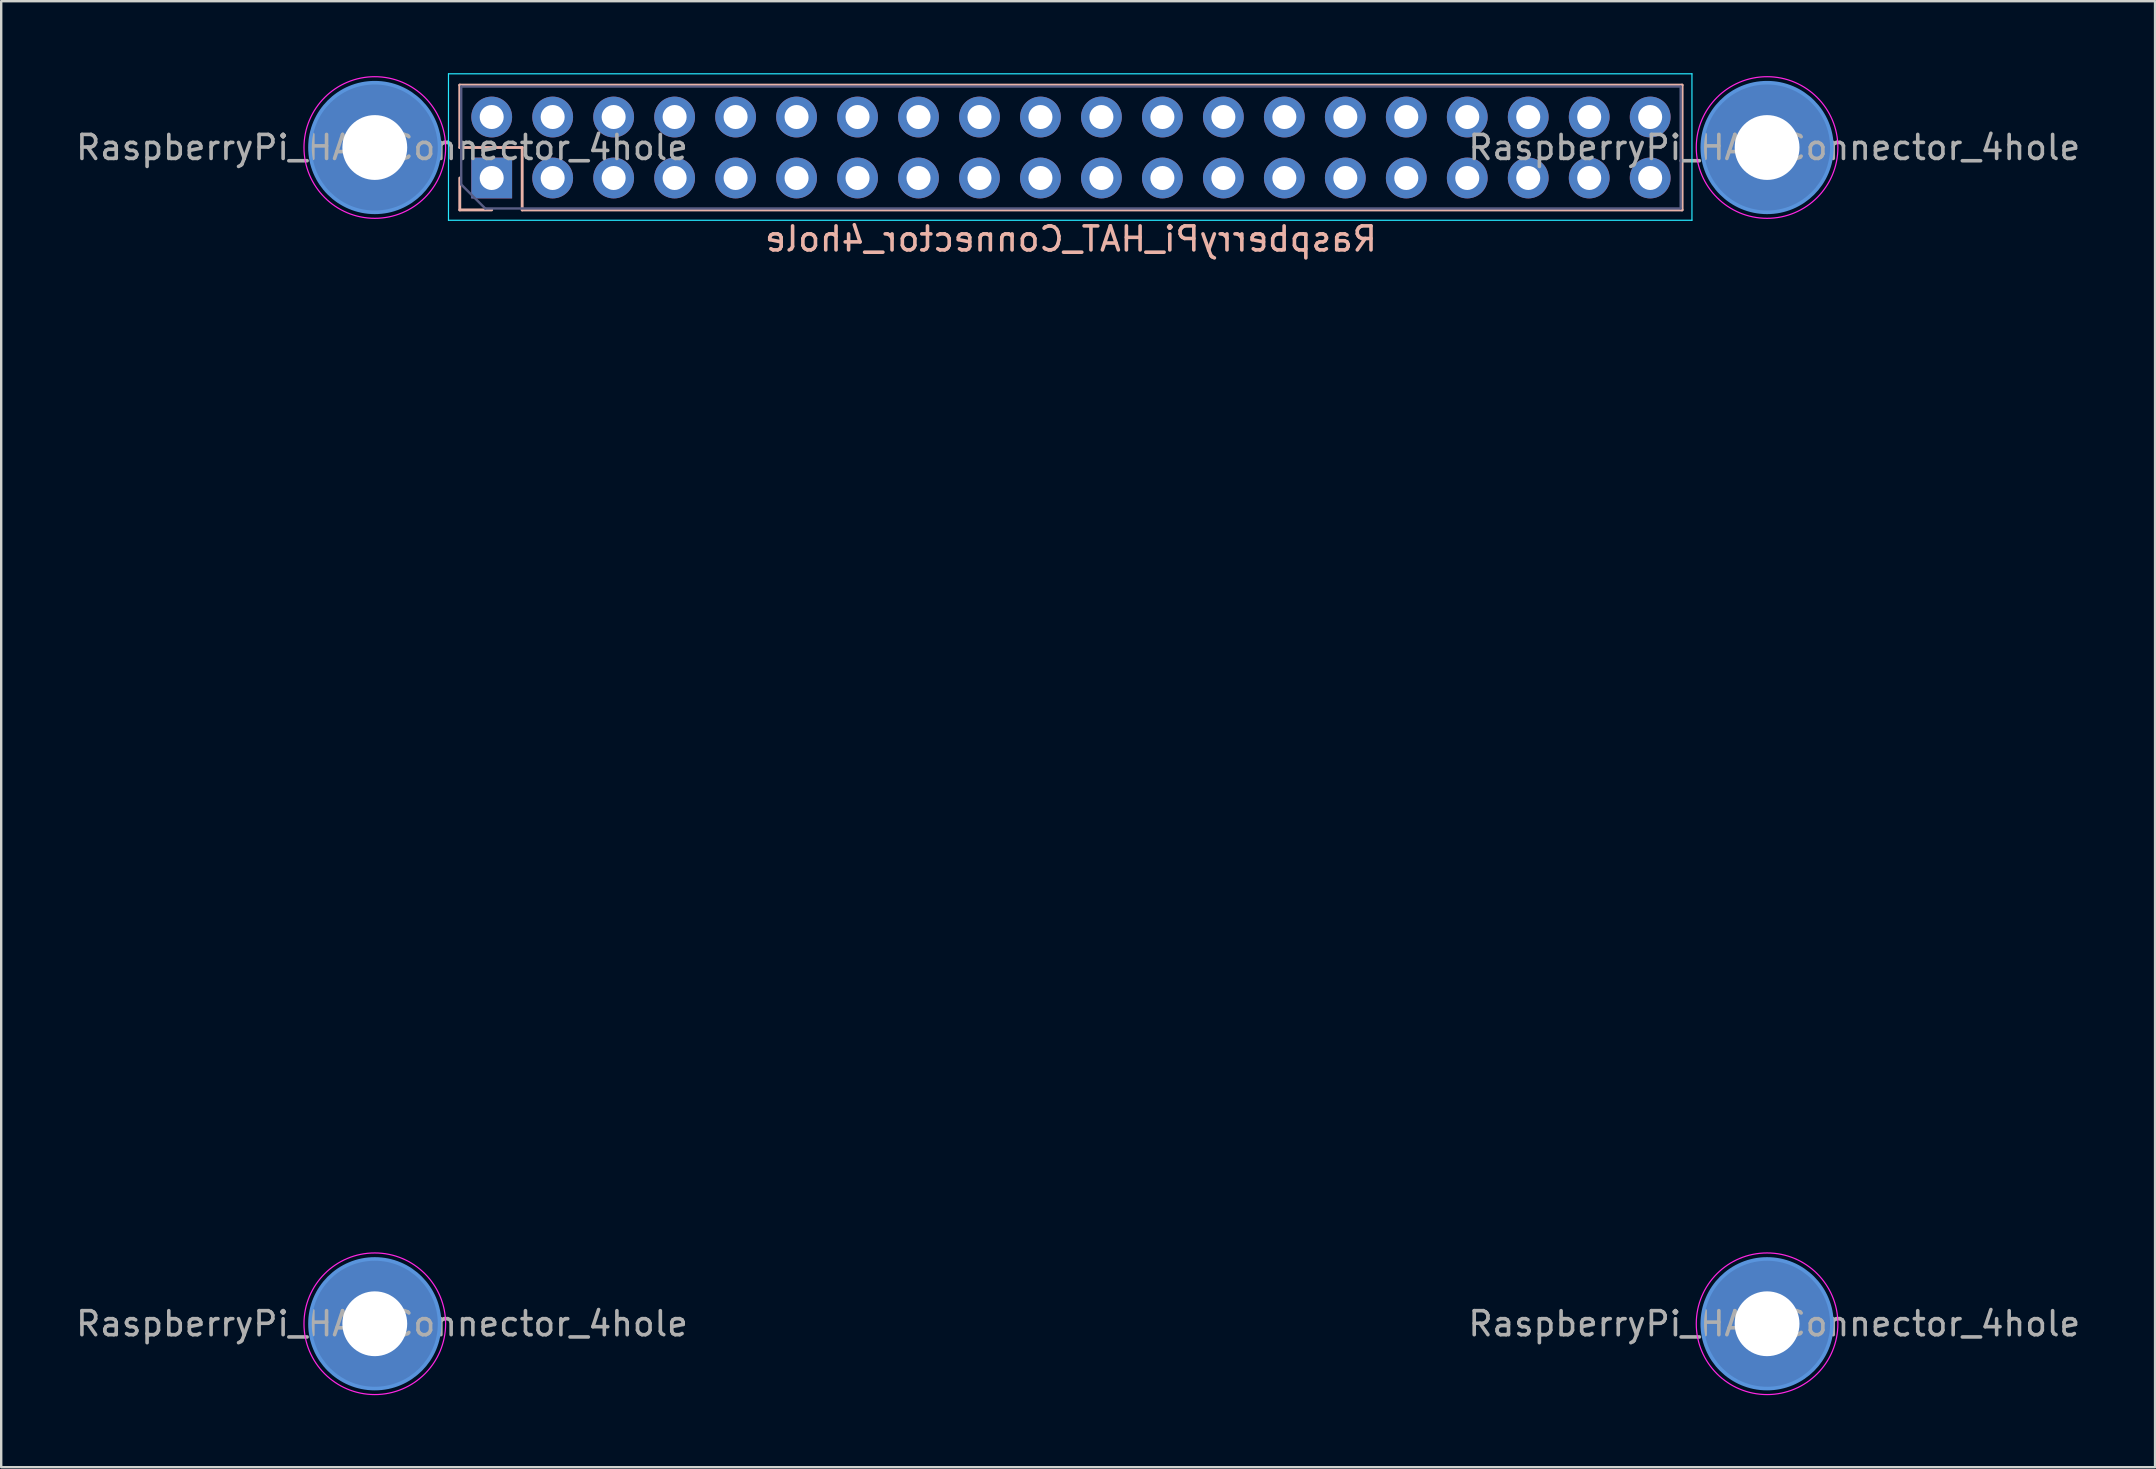
<source format=kicad_pcb>
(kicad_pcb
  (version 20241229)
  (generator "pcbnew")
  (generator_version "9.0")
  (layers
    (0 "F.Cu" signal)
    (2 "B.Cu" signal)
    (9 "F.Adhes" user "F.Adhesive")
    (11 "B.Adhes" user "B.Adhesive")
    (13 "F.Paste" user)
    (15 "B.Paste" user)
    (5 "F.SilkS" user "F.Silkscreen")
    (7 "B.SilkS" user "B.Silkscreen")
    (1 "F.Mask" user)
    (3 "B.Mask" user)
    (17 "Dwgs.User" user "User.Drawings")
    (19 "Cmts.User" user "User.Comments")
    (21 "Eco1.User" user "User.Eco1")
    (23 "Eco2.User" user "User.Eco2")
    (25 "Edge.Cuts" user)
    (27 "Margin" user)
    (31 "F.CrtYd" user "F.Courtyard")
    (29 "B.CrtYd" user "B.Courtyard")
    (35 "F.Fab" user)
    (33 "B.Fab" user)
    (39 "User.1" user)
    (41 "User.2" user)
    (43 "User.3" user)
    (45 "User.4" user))
  (footprint "RaspberryPi_HAT_Connector_4hole"
    (layer "F.Cu")
    (at 41.563 3.095)
    (property "Reference" "RaspberryPi_HAT_Connector_4hole" (at 0 3.81 0) (layer "B.SilkS") (effects (font (size 1 1) (thickness 0.15)) (justify mirror)))
    (attr through_hole)
    (fp_line (start -25.46 -2.6) (end -25.46 0) (stroke (width 0.12) (type solid)) (layer "B.SilkS"))
    (fp_line (start -25.46 -2.6) (end 25.46 -2.6) (stroke (width 0.12) (type solid)) (layer "B.SilkS"))
    (fp_line (start -25.46 0) (end -22.86 0) (stroke (width 0.12) (type solid)) (layer "B.SilkS"))
    (fp_line (start -25.46 1.27) (end -25.46 2.6) (stroke (width 0.12) (type solid)) (layer "B.SilkS"))
    (fp_line (start -25.46 2.6) (end -24.13 2.6) (stroke (width 0.12) (type solid)) (layer "B.SilkS"))
    (fp_line (start -22.86 0) (end -22.86 2.6) (stroke (width 0.12) (type solid)) (layer "B.SilkS"))
    (fp_line (start -22.86 2.6) (end 25.46 2.6) (stroke (width 0.12) (type solid)) (layer "B.SilkS"))
    (fp_line (start 25.46 -2.6) (end 25.46 2.6) (stroke (width 0.12) (type solid)) (layer "B.SilkS"))
    (fp_circle (center -29 0) (end -26.3 0) (stroke (width 0.15) (type solid)) (fill no) (layer "Cmts.User"))
    (fp_circle (center -29 49) (end -26.3 49) (stroke (width 0.15) (type solid)) (fill no) (layer "Cmts.User"))
    (fp_circle (center 29 0) (end 31.7 0) (stroke (width 0.15) (type solid)) (fill no) (layer "Cmts.User"))
    (fp_circle (center 29 49) (end 31.7 49) (stroke (width 0.15) (type solid)) (fill no) (layer "Cmts.User"))
    (fp_line (start -25.93 -3.07) (end -25.93 3.03) (stroke (width 0.05) (type solid)) (layer "B.CrtYd"))
    (fp_line (start -25.93 3.03) (end 25.87 3.03) (stroke (width 0.05) (type solid)) (layer "B.CrtYd"))
    (fp_line (start 25.87 -3.07) (end -25.93 -3.07) (stroke (width 0.05) (type solid)) (layer "B.CrtYd"))
    (fp_line (start 25.87 3.03) (end 25.87 -3.07) (stroke (width 0.05) (type solid)) (layer "B.CrtYd"))
    (fp_circle (center -29 0) (end -26.05 0) (stroke (width 0.05) (type solid)) (fill no) (layer "F.CrtYd"))
    (fp_circle (center -29 49) (end -26.05 49) (stroke (width 0.05) (type solid)) (fill no) (layer "F.CrtYd"))
    (fp_circle (center 29 0) (end 31.95 0) (stroke (width 0.05) (type solid)) (fill no) (layer "F.CrtYd"))
    (fp_circle (center 29 49) (end 31.95 49) (stroke (width 0.05) (type solid)) (fill no) (layer "F.CrtYd"))
    (fp_line (start -25.4 -2.54) (end -25.4 1.54) (stroke (width 0.1) (type solid)) (layer "B.Fab"))
    (fp_line (start -25.4 1.54) (end -24.4 2.54) (stroke (width 0.1) (type solid)) (layer "B.Fab"))
    (fp_line (start -24.4 2.54) (end 25.4 2.54) (stroke (width 0.1) (type solid)) (layer "B.Fab"))
    (fp_line (start 25.4 -2.54) (end -25.4 -2.54) (stroke (width 0.1) (type solid)) (layer "B.Fab"))
    (fp_line (start 25.4 2.54) (end 25.4 -2.54) (stroke (width 0.1) (type solid)) (layer "B.Fab"))
    (fp_text user "${REFERENCE}" (at -28.7 49 0) (layer "F.Fab") (effects (font (size 1 1) (thickness 0.15))))
    (fp_text user "${REFERENCE}" (at 29.3 0 0) (layer "F.Fab") (effects (font (size 1 1) (thickness 0.15))))
    (fp_text user "${REFERENCE}" (at 29.3 49 0) (layer "F.Fab") (effects (font (size 1 1) (thickness 0.15))))
    (fp_text user "${REFERENCE}" (at -28.7 0 0) (layer "F.Fab") (effects (font (size 1 1) (thickness 0.15))))
    (pad "" thru_hole circle (at -29 0) (size 5.4 5.4) (drill 2.7) (layers "*.Cu" "*.Mask"))
    (pad "" thru_hole circle (at -29 49) (size 5.4 5.4) (drill 2.7) (layers "*.Cu" "*.Mask"))
    (pad "" thru_hole circle (at 29 0) (size 5.4 5.4) (drill 2.7) (layers "*.Cu" "*.Mask"))
    (pad "" thru_hole circle (at 29 49) (size 5.4 5.4) (drill 2.7) (layers "*.Cu" "*.Mask"))
    (pad "1" thru_hole rect (at -24.13 1.27 270) (size 1.7 1.7) (drill 1) (layers "*.Cu" "*.Mask"))
    (pad "2" thru_hole oval (at -24.13 -1.27 270) (size 1.7 1.7) (drill 1) (layers "*.Cu" "*.Mask"))
    (pad "3" thru_hole oval (at -21.59 1.27 270) (size 1.7 1.7) (drill 1) (layers "*.Cu" "*.Mask"))
    (pad "4" thru_hole oval (at -21.59 -1.27 270) (size 1.7 1.7) (drill 1) (layers "*.Cu" "*.Mask"))
    (pad "5" thru_hole oval (at -19.05 1.27 270) (size 1.7 1.7) (drill 1) (layers "*.Cu" "*.Mask"))
    (pad "6" thru_hole oval (at -19.05 -1.27 270) (size 1.7 1.7) (drill 1) (layers "*.Cu" "*.Mask"))
    (pad "7" thru_hole oval (at -16.51 1.27 270) (size 1.7 1.7) (drill 1) (layers "*.Cu" "*.Mask"))
    (pad "8" thru_hole oval (at -16.51 -1.27 270) (size 1.7 1.7) (drill 1) (layers "*.Cu" "*.Mask"))
    (pad "9" thru_hole oval (at -13.97 1.27 270) (size 1.7 1.7) (drill 1) (layers "*.Cu" "*.Mask"))
    (pad "10" thru_hole oval (at -13.97 -1.27 270) (size 1.7 1.7) (drill 1) (layers "*.Cu" "*.Mask"))
    (pad "11" thru_hole oval (at -11.43 1.27 270) (size 1.7 1.7) (drill 1) (layers "*.Cu" "*.Mask"))
    (pad "12" thru_hole oval (at -11.43 -1.27 270) (size 1.7 1.7) (drill 1) (layers "*.Cu" "*.Mask"))
    (pad "13" thru_hole oval (at -8.89 1.27 270) (size 1.7 1.7) (drill 1) (layers "*.Cu" "*.Mask"))
    (pad "14" thru_hole oval (at -8.89 -1.27 270) (size 1.7 1.7) (drill 1) (layers "*.Cu" "*.Mask"))
    (pad "15" thru_hole oval (at -6.35 1.27 270) (size 1.7 1.7) (drill 1) (layers "*.Cu" "*.Mask"))
    (pad "16" thru_hole oval (at -6.35 -1.27 270) (size 1.7 1.7) (drill 1) (layers "*.Cu" "*.Mask"))
    (pad "17" thru_hole oval (at -3.81 1.27 270) (size 1.7 1.7) (drill 1) (layers "*.Cu" "*.Mask"))
    (pad "18" thru_hole oval (at -3.81 -1.27 270) (size 1.7 1.7) (drill 1) (layers "*.Cu" "*.Mask"))
    (pad "19" thru_hole oval (at -1.27 1.27 270) (size 1.7 1.7) (drill 1) (layers "*.Cu" "*.Mask"))
    (pad "20" thru_hole oval (at -1.27 -1.27 270) (size 1.7 1.7) (drill 1) (layers "*.Cu" "*.Mask"))
    (pad "21" thru_hole oval (at 1.27 1.27 270) (size 1.7 1.7) (drill 1) (layers "*.Cu" "*.Mask"))
    (pad "22" thru_hole oval (at 1.27 -1.27 270) (size 1.7 1.7) (drill 1) (layers "*.Cu" "*.Mask"))
    (pad "23" thru_hole oval (at 3.81 1.27 270) (size 1.7 1.7) (drill 1) (layers "*.Cu" "*.Mask"))
    (pad "24" thru_hole oval (at 3.81 -1.27 270) (size 1.7 1.7) (drill 1) (layers "*.Cu" "*.Mask"))
    (pad "25" thru_hole oval (at 6.35 1.27 270) (size 1.7 1.7) (drill 1) (layers "*.Cu" "*.Mask"))
    (pad "26" thru_hole oval (at 6.35 -1.27 270) (size 1.7 1.7) (drill 1) (layers "*.Cu" "*.Mask"))
    (pad "27" thru_hole oval (at 8.89 1.27 270) (size 1.7 1.7) (drill 1) (layers "*.Cu" "*.Mask"))
    (pad "28" thru_hole oval (at 8.89 -1.27 270) (size 1.7 1.7) (drill 1) (layers "*.Cu" "*.Mask"))
    (pad "29" thru_hole oval (at 11.43 1.27 270) (size 1.7 1.7) (drill 1) (layers "*.Cu" "*.Mask"))
    (pad "30" thru_hole oval (at 11.43 -1.27 270) (size 1.7 1.7) (drill 1) (layers "*.Cu" "*.Mask"))
    (pad "31" thru_hole oval (at 13.97 1.27 270) (size 1.7 1.7) (drill 1) (layers "*.Cu" "*.Mask"))
    (pad "32" thru_hole oval (at 13.97 -1.27 270) (size 1.7 1.7) (drill 1) (layers "*.Cu" "*.Mask"))
    (pad "33" thru_hole oval (at 16.51 1.27 270) (size 1.7 1.7) (drill 1) (layers "*.Cu" "*.Mask"))
    (pad "34" thru_hole oval (at 16.51 -1.27 270) (size 1.7 1.7) (drill 1) (layers "*.Cu" "*.Mask"))
    (pad "35" thru_hole oval (at 19.05 1.27 270) (size 1.7 1.7) (drill 1) (layers "*.Cu" "*.Mask"))
    (pad "36" thru_hole oval (at 19.05 -1.27 270) (size 1.7 1.7) (drill 1) (layers "*.Cu" "*.Mask"))
    (pad "37" thru_hole oval (at 21.59 1.27 270) (size 1.7 1.7) (drill 1) (layers "*.Cu" "*.Mask"))
    (pad "38" thru_hole oval (at 21.59 -1.27 270) (size 1.7 1.7) (drill 1) (layers "*.Cu" "*.Mask"))
    (pad "39" thru_hole oval (at 24.13 1.27 270) (size 1.7 1.7) (drill 1) (layers "*.Cu" "*.Mask"))
    (pad "40" thru_hole oval (at 24.13 -1.27 270) (size 1.7 1.7) (drill 1) (layers "*.Cu" "*.Mask")))
  (gr_rect
    (start -3 -3)
    (end 86.726 58.07)
    (stroke (width 0.1) (type default))
    (fill no)
    (layer "Edge.Cuts")))
</source>
